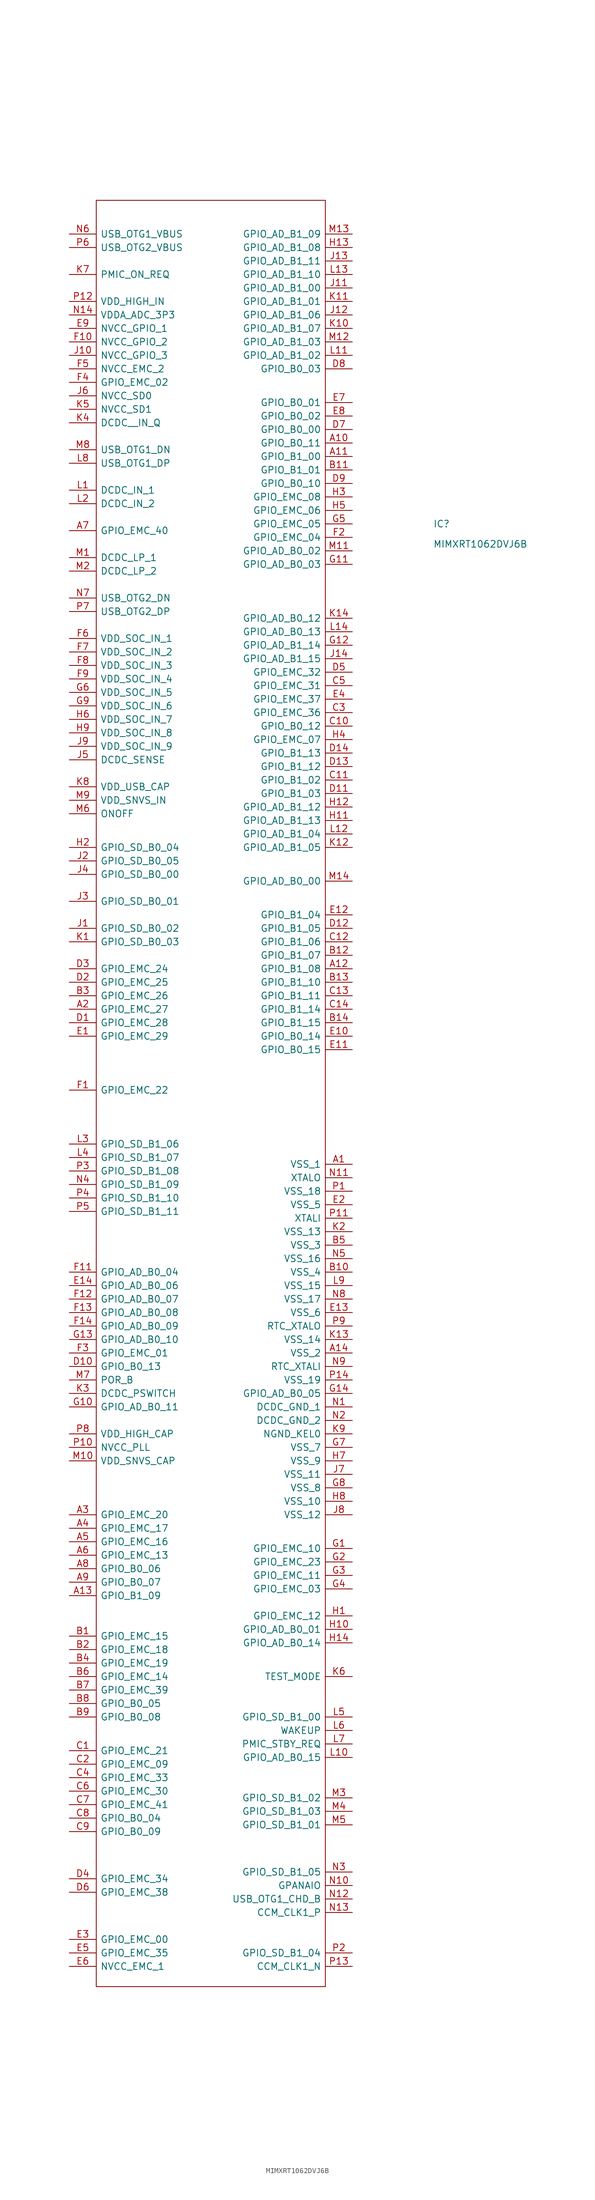
<source format=kicad_sym>
(kicad_symbol_lib
  (version 20231120)
  (generator "kicad_symbol_editor")
  (generator_version "8.0")
  (symbol "MIMXRT1062DVJ6B"
    (pin_names
      (offset 0.762))
    (property "Reference" "IC"
      (at 41.91 62.23 0)
      (effects (font (size 1.27 1.27)) (justify left)))
    (property "Value" "MIMXRT1062DVJ6B"
      (at 41.91 58.42 0)
      (effects (font (size 1.27 1.27)) (justify left)))
    (symbol "MIMXRT1062DVJ6B_0_0"
      (pin passive line (at 26.67 -58.42 180) (length 5.08) (name "VSS_1" (effects (font (size 1.27 1.27)))) (number "A1" (effects (font (size 1.27 1.27)))))
      (pin passive line (at 26.67 77.47 180) (length 5.08) (name "GPIO_B0_11" (effects (font (size 1.27 1.27)))) (number "A10" (effects (font (size 1.27 1.27)))))
      (pin passive line (at 26.67 74.93 180) (length 5.08) (name "GPIO_B1_00" (effects (font (size 1.27 1.27)))) (number "A11" (effects (font (size 1.27 1.27)))))
      (pin passive line (at 26.67 -21.59 180) (length 5.08) (name "GPIO_B1_08" (effects (font (size 1.27 1.27)))) (number "A12" (effects (font (size 1.27 1.27)))))
      (pin passive line (at -26.67 -139.7 0) (length 5.08) (name "GPIO_B1_09" (effects (font (size 1.27 1.27)))) (number "A13" (effects (font (size 1.27 1.27)))))
      (pin passive line (at 26.67 -93.98 180) (length 5.08) (name "VSS_2" (effects (font (size 1.27 1.27)))) (number "A14" (effects (font (size 1.27 1.27)))))
      (pin passive line (at -26.67 -29.21 0) (length 5.08) (name "GPIO_EMC_27" (effects (font (size 1.27 1.27)))) (number "A2" (effects (font (size 1.27 1.27)))))
      (pin passive line (at -26.67 -124.46 0) (length 5.08) (name "GPIO_EMC_20" (effects (font (size 1.27 1.27)))) (number "A3" (effects (font (size 1.27 1.27)))))
      (pin passive line (at -26.67 -127 0) (length 5.08) (name "GPIO_EMC_17" (effects (font (size 1.27 1.27)))) (number "A4" (effects (font (size 1.27 1.27)))))
      (pin passive line (at -26.67 -129.54 0) (length 5.08) (name "GPIO_EMC_16" (effects (font (size 1.27 1.27)))) (number "A5" (effects (font (size 1.27 1.27)))))
      (pin passive line (at -26.67 -132.08 0) (length 5.08) (name "GPIO_EMC_13" (effects (font (size 1.27 1.27)))) (number "A6" (effects (font (size 1.27 1.27)))))
      (pin passive line (at -26.67 60.96 0) (length 5.08) (name "GPIO_EMC_40" (effects (font (size 1.27 1.27)))) (number "A7" (effects (font (size 1.27 1.27)))))
      (pin passive line (at -26.67 -134.62 0) (length 5.08) (name "GPIO_B0_06" (effects (font (size 1.27 1.27)))) (number "A8" (effects (font (size 1.27 1.27)))))
      (pin passive line (at -26.67 -137.16 0) (length 5.08) (name "GPIO_B0_07" (effects (font (size 1.27 1.27)))) (number "A9" (effects (font (size 1.27 1.27)))))
      (pin passive line (at -26.67 -147.32 0) (length 5.08) (name "GPIO_EMC_15" (effects (font (size 1.27 1.27)))) (number "B1" (effects (font (size 1.27 1.27)))))
      (pin passive line (at 26.67 -78.74 180) (length 5.08) (name "VSS_4" (effects (font (size 1.27 1.27)))) (number "B10" (effects (font (size 1.27 1.27)))))
      (pin passive line (at 26.67 72.39 180) (length 5.08) (name "GPIO_B1_01" (effects (font (size 1.27 1.27)))) (number "B11" (effects (font (size 1.27 1.27)))))
      (pin passive line (at 26.67 -19.05 180) (length 5.08) (name "GPIO_B1_07" (effects (font (size 1.27 1.27)))) (number "B12" (effects (font (size 1.27 1.27)))))
      (pin passive line (at 26.67 -24.13 180) (length 5.08) (name "GPIO_B1_10" (effects (font (size 1.27 1.27)))) (number "B13" (effects (font (size 1.27 1.27)))))
      (pin passive line (at 26.67 -31.75 180) (length 5.08) (name "GPIO_B1_15" (effects (font (size 1.27 1.27)))) (number "B14" (effects (font (size 1.27 1.27)))))
      (pin passive line (at -26.67 -149.86 0) (length 5.08) (name "GPIO_EMC_18" (effects (font (size 1.27 1.27)))) (number "B2" (effects (font (size 1.27 1.27)))))
      (pin passive line (at -26.67 -26.67 0) (length 5.08) (name "GPIO_EMC_26" (effects (font (size 1.27 1.27)))) (number "B3" (effects (font (size 1.27 1.27)))))
      (pin passive line (at -26.67 -152.4 0) (length 5.08) (name "GPIO_EMC_19" (effects (font (size 1.27 1.27)))) (number "B4" (effects (font (size 1.27 1.27)))))
      (pin passive line (at 26.67 -73.66 180) (length 5.08) (name "VSS_3" (effects (font (size 1.27 1.27)))) (number "B5" (effects (font (size 1.27 1.27)))))
      (pin passive line (at -26.67 -154.94 0) (length 5.08) (name "GPIO_EMC_14" (effects (font (size 1.27 1.27)))) (number "B6" (effects (font (size 1.27 1.27)))))
      (pin passive line (at -26.67 -157.48 0) (length 5.08) (name "GPIO_EMC_39" (effects (font (size 1.27 1.27)))) (number "B7" (effects (font (size 1.27 1.27)))))
      (pin passive line (at -26.67 -160.02 0) (length 5.08) (name "GPIO_B0_05" (effects (font (size 1.27 1.27)))) (number "B8" (effects (font (size 1.27 1.27)))))
      (pin passive line (at -26.67 -162.56 0) (length 5.08) (name "GPIO_B0_08" (effects (font (size 1.27 1.27)))) (number "B9" (effects (font (size 1.27 1.27)))))
      (pin passive line (at -26.67 -168.91 0) (length 5.08) (name "GPIO_EMC_21" (effects (font (size 1.27 1.27)))) (number "C1" (effects (font (size 1.27 1.27)))))
      (pin passive line (at 26.67 24.13 180) (length 5.08) (name "GPIO_B0_12" (effects (font (size 1.27 1.27)))) (number "C10" (effects (font (size 1.27 1.27)))))
      (pin passive line (at 26.67 13.97 180) (length 5.08) (name "GPIO_B1_02" (effects (font (size 1.27 1.27)))) (number "C11" (effects (font (size 1.27 1.27)))))
      (pin passive line (at 26.67 -16.51 180) (length 5.08) (name "GPIO_B1_06" (effects (font (size 1.27 1.27)))) (number "C12" (effects (font (size 1.27 1.27)))))
      (pin passive line (at 26.67 -26.67 180) (length 5.08) (name "GPIO_B1_11" (effects (font (size 1.27 1.27)))) (number "C13" (effects (font (size 1.27 1.27)))))
      (pin passive line (at 26.67 -29.21 180) (length 5.08) (name "GPIO_B1_14" (effects (font (size 1.27 1.27)))) (number "C14" (effects (font (size 1.27 1.27)))))
      (pin passive line (at -26.67 -171.45 0) (length 5.08) (name "GPIO_EMC_09" (effects (font (size 1.27 1.27)))) (number "C2" (effects (font (size 1.27 1.27)))))
      (pin passive line (at 26.67 26.67 180) (length 5.08) (name "GPIO_EMC_36" (effects (font (size 1.27 1.27)))) (number "C3" (effects (font (size 1.27 1.27)))))
      (pin passive line (at -26.67 -173.99 0) (length 5.08) (name "GPIO_EMC_33" (effects (font (size 1.27 1.27)))) (number "C4" (effects (font (size 1.27 1.27)))))
      (pin passive line (at 26.67 31.75 180) (length 5.08) (name "GPIO_EMC_31" (effects (font (size 1.27 1.27)))) (number "C5" (effects (font (size 1.27 1.27)))))
      (pin passive line (at -26.67 -176.53 0) (length 5.08) (name "GPIO_EMC_30" (effects (font (size 1.27 1.27)))) (number "C6" (effects (font (size 1.27 1.27)))))
      (pin passive line (at -26.67 -179.07 0) (length 5.08) (name "GPIO_EMC_41" (effects (font (size 1.27 1.27)))) (number "C7" (effects (font (size 1.27 1.27)))))
      (pin passive line (at -26.67 -181.61 0) (length 5.08) (name "GPIO_B0_04" (effects (font (size 1.27 1.27)))) (number "C8" (effects (font (size 1.27 1.27)))))
      (pin passive line (at -26.67 -184.15 0) (length 5.08) (name "GPIO_B0_09" (effects (font (size 1.27 1.27)))) (number "C9" (effects (font (size 1.27 1.27)))))
      (pin passive line (at -26.67 -31.75 0) (length 5.08) (name "GPIO_EMC_28" (effects (font (size 1.27 1.27)))) (number "D1" (effects (font (size 1.27 1.27)))))
      (pin passive line (at -26.67 -96.52 0) (length 5.08) (name "GPIO_B0_13" (effects (font (size 1.27 1.27)))) (number "D10" (effects (font (size 1.27 1.27)))))
      (pin passive line (at 26.67 11.43 180) (length 5.08) (name "GPIO_B1_03" (effects (font (size 1.27 1.27)))) (number "D11" (effects (font (size 1.27 1.27)))))
      (pin passive line (at 26.67 -13.97 180) (length 5.08) (name "GPIO_B1_05" (effects (font (size 1.27 1.27)))) (number "D12" (effects (font (size 1.27 1.27)))))
      (pin passive line (at 26.67 16.51 180) (length 5.08) (name "GPIO_B1_12" (effects (font (size 1.27 1.27)))) (number "D13" (effects (font (size 1.27 1.27)))))
      (pin passive line (at 26.67 19.05 180) (length 5.08) (name "GPIO_B1_13" (effects (font (size 1.27 1.27)))) (number "D14" (effects (font (size 1.27 1.27)))))
      (pin passive line (at -26.67 -24.13 0) (length 5.08) (name "GPIO_EMC_25" (effects (font (size 1.27 1.27)))) (number "D2" (effects (font (size 1.27 1.27)))))
      (pin passive line (at -26.67 -21.59 0) (length 5.08) (name "GPIO_EMC_24" (effects (font (size 1.27 1.27)))) (number "D3" (effects (font (size 1.27 1.27)))))
      (pin passive line (at -26.67 -193.04 0) (length 5.08) (name "GPIO_EMC_34" (effects (font (size 1.27 1.27)))) (number "D4" (effects (font (size 1.27 1.27)))))
      (pin passive line (at 26.67 34.29 180) (length 5.08) (name "GPIO_EMC_32" (effects (font (size 1.27 1.27)))) (number "D5" (effects (font (size 1.27 1.27)))))
      (pin passive line (at -26.67 -195.58 0) (length 5.08) (name "GPIO_EMC_38" (effects (font (size 1.27 1.27)))) (number "D6" (effects (font (size 1.27 1.27)))))
      (pin passive line (at 26.67 80.01 180) (length 5.08) (name "GPIO_B0_00" (effects (font (size 1.27 1.27)))) (number "D7" (effects (font (size 1.27 1.27)))))
      (pin passive line (at 26.67 91.44 180) (length 5.08) (name "GPIO_B0_03" (effects (font (size 1.27 1.27)))) (number "D8" (effects (font (size 1.27 1.27)))))
      (pin passive line (at 26.67 69.85 180) (length 5.08) (name "GPIO_B0_10" (effects (font (size 1.27 1.27)))) (number "D9" (effects (font (size 1.27 1.27)))))
      (pin passive line (at -26.67 -34.29 0) (length 5.08) (name "GPIO_EMC_29" (effects (font (size 1.27 1.27)))) (number "E1" (effects (font (size 1.27 1.27)))))
      (pin passive line (at 26.67 -34.29 180) (length 5.08) (name "GPIO_B0_14" (effects (font (size 1.27 1.27)))) (number "E10" (effects (font (size 1.27 1.27)))))
      (pin passive line (at 26.67 -36.83 180) (length 5.08) (name "GPIO_B0_15" (effects (font (size 1.27 1.27)))) (number "E11" (effects (font (size 1.27 1.27)))))
      (pin passive line (at 26.67 -11.43 180) (length 5.08) (name "GPIO_B1_04" (effects (font (size 1.27 1.27)))) (number "E12" (effects (font (size 1.27 1.27)))))
      (pin passive line (at 26.67 -86.36 180) (length 5.08) (name "VSS_6" (effects (font (size 1.27 1.27)))) (number "E13" (effects (font (size 1.27 1.27)))))
      (pin passive line (at -26.67 -81.28 0) (length 5.08) (name "GPIO_AD_B0_06" (effects (font (size 1.27 1.27)))) (number "E14" (effects (font (size 1.27 1.27)))))
      (pin passive line (at 26.67 -66.04 180) (length 5.08) (name "VSS_5" (effects (font (size 1.27 1.27)))) (number "E2" (effects (font (size 1.27 1.27)))))
      (pin passive line (at -26.67 -204.47 0) (length 5.08) (name "GPIO_EMC_00" (effects (font (size 1.27 1.27)))) (number "E3" (effects (font (size 1.27 1.27)))))
      (pin passive line (at 26.67 29.21 180) (length 5.08) (name "GPIO_EMC_37" (effects (font (size 1.27 1.27)))) (number "E4" (effects (font (size 1.27 1.27)))))
      (pin passive line (at -26.67 -207.01 0) (length 5.08) (name "GPIO_EMC_35" (effects (font (size 1.27 1.27)))) (number "E5" (effects (font (size 1.27 1.27)))))
      (pin passive line (at -26.67 -209.55 0) (length 5.08) (name "NVCC_EMC_1" (effects (font (size 1.27 1.27)))) (number "E6" (effects (font (size 1.27 1.27)))))
      (pin passive line (at 26.67 85.09 180) (length 5.08) (name "GPIO_B0_01" (effects (font (size 1.27 1.27)))) (number "E7" (effects (font (size 1.27 1.27)))))
      (pin passive line (at 26.67 82.55 180) (length 5.08) (name "GPIO_B0_02" (effects (font (size 1.27 1.27)))) (number "E8" (effects (font (size 1.27 1.27)))))
      (pin passive line (at -26.67 99.06 0) (length 5.08) (name "NVCC_GPIO_1" (effects (font (size 1.27 1.27)))) (number "E9" (effects (font (size 1.27 1.27)))))
      (pin passive line (at -26.67 -44.45 0) (length 5.08) (name "GPIO_EMC_22" (effects (font (size 1.27 1.27)))) (number "F1" (effects (font (size 1.27 1.27)))))
      (pin passive line (at -26.67 96.52 0) (length 5.08) (name "NVCC_GPIO_2" (effects (font (size 1.27 1.27)))) (number "F10" (effects (font (size 1.27 1.27)))))
      (pin passive line (at -26.67 -78.74 0) (length 5.08) (name "GPIO_AD_B0_04" (effects (font (size 1.27 1.27)))) (number "F11" (effects (font (size 1.27 1.27)))))
      (pin passive line (at -26.67 -83.82 0) (length 5.08) (name "GPIO_AD_B0_07" (effects (font (size 1.27 1.27)))) (number "F12" (effects (font (size 1.27 1.27)))))
      (pin passive line (at -26.67 -86.36 0) (length 5.08) (name "GPIO_AD_B0_08" (effects (font (size 1.27 1.27)))) (number "F13" (effects (font (size 1.27 1.27)))))
      (pin passive line (at -26.67 -88.9 0) (length 5.08) (name "GPIO_AD_B0_09" (effects (font (size 1.27 1.27)))) (number "F14" (effects (font (size 1.27 1.27)))))
      (pin passive line (at 26.67 59.69 180) (length 5.08) (name "GPIO_EMC_04" (effects (font (size 1.27 1.27)))) (number "F2" (effects (font (size 1.27 1.27)))))
      (pin passive line (at -26.67 -93.98 0) (length 5.08) (name "GPIO_EMC_01" (effects (font (size 1.27 1.27)))) (number "F3" (effects (font (size 1.27 1.27)))))
      (pin passive line (at -26.67 88.9 0) (length 5.08) (name "GPIO_EMC_02" (effects (font (size 1.27 1.27)))) (number "F4" (effects (font (size 1.27 1.27)))))
      (pin passive line (at -26.67 91.44 0) (length 5.08) (name "NVCC_EMC_2" (effects (font (size 1.27 1.27)))) (number "F5" (effects (font (size 1.27 1.27)))))
      (pin passive line (at -26.67 40.64 0) (length 5.08) (name "VDD_SOC_IN_1" (effects (font (size 1.27 1.27)))) (number "F6" (effects (font (size 1.27 1.27)))))
      (pin passive line (at -26.67 38.1 0) (length 5.08) (name "VDD_SOC_IN_2" (effects (font (size 1.27 1.27)))) (number "F7" (effects (font (size 1.27 1.27)))))
      (pin passive line (at -26.67 35.56 0) (length 5.08) (name "VDD_SOC_IN_3" (effects (font (size 1.27 1.27)))) (number "F8" (effects (font (size 1.27 1.27)))))
      (pin passive line (at -26.67 33.02 0) (length 5.08) (name "VDD_SOC_IN_4" (effects (font (size 1.27 1.27)))) (number "F9" (effects (font (size 1.27 1.27)))))
      (pin passive line (at 26.67 -130.81 180) (length 5.08) (name "GPIO_EMC_10" (effects (font (size 1.27 1.27)))) (number "G1" (effects (font (size 1.27 1.27)))))
      (pin passive line (at -26.67 -104.14 0) (length 5.08) (name "GPIO_AD_B0_11" (effects (font (size 1.27 1.27)))) (number "G10" (effects (font (size 1.27 1.27)))))
      (pin passive line (at 26.67 54.61 180) (length 5.08) (name "GPIO_AD_B0_03" (effects (font (size 1.27 1.27)))) (number "G11" (effects (font (size 1.27 1.27)))))
      (pin passive line (at 26.67 39.37 180) (length 5.08) (name "GPIO_AD_B1_14" (effects (font (size 1.27 1.27)))) (number "G12" (effects (font (size 1.27 1.27)))))
      (pin passive line (at -26.67 -91.44 0) (length 5.08) (name "GPIO_AD_B0_10" (effects (font (size 1.27 1.27)))) (number "G13" (effects (font (size 1.27 1.27)))))
      (pin passive line (at 26.67 -101.6 180) (length 5.08) (name "GPIO_AD_B0_05" (effects (font (size 1.27 1.27)))) (number "G14" (effects (font (size 1.27 1.27)))))
      (pin passive line (at 26.67 -133.35 180) (length 5.08) (name "GPIO_EMC_23" (effects (font (size 1.27 1.27)))) (number "G2" (effects (font (size 1.27 1.27)))))
      (pin passive line (at 26.67 -135.89 180) (length 5.08) (name "GPIO_EMC_11" (effects (font (size 1.27 1.27)))) (number "G3" (effects (font (size 1.27 1.27)))))
      (pin passive line (at 26.67 -138.43 180) (length 5.08) (name "GPIO_EMC_03" (effects (font (size 1.27 1.27)))) (number "G4" (effects (font (size 1.27 1.27)))))
      (pin passive line (at 26.67 62.23 180) (length 5.08) (name "GPIO_EMC_05" (effects (font (size 1.27 1.27)))) (number "G5" (effects (font (size 1.27 1.27)))))
      (pin passive line (at -26.67 30.48 0) (length 5.08) (name "VDD_SOC_IN_5" (effects (font (size 1.27 1.27)))) (number "G6" (effects (font (size 1.27 1.27)))))
      (pin passive line (at 26.67 -111.76 180) (length 5.08) (name "VSS_7" (effects (font (size 1.27 1.27)))) (number "G7" (effects (font (size 1.27 1.27)))))
      (pin passive line (at 26.67 -119.38 180) (length 5.08) (name "VSS_8" (effects (font (size 1.27 1.27)))) (number "G8" (effects (font (size 1.27 1.27)))))
      (pin passive line (at -26.67 27.94 0) (length 5.08) (name "VDD_SOC_IN_6" (effects (font (size 1.27 1.27)))) (number "G9" (effects (font (size 1.27 1.27)))))
      (pin passive line (at 26.67 -143.51 180) (length 5.08) (name "GPIO_EMC_12" (effects (font (size 1.27 1.27)))) (number "H1" (effects (font (size 1.27 1.27)))))
      (pin passive line (at 26.67 -146.05 180) (length 5.08) (name "GPIO_AD_B0_01" (effects (font (size 1.27 1.27)))) (number "H10" (effects (font (size 1.27 1.27)))))
      (pin passive line (at 26.67 6.35 180) (length 5.08) (name "GPIO_AD_B1_13" (effects (font (size 1.27 1.27)))) (number "H11" (effects (font (size 1.27 1.27)))))
      (pin passive line (at 26.67 8.89 180) (length 5.08) (name "GPIO_AD_B1_12" (effects (font (size 1.27 1.27)))) (number "H12" (effects (font (size 1.27 1.27)))))
      (pin passive line (at 26.67 114.3 180) (length 5.08) (name "GPIO_AD_B1_08" (effects (font (size 1.27 1.27)))) (number "H13" (effects (font (size 1.27 1.27)))))
      (pin passive line (at 26.67 -148.59 180) (length 5.08) (name "GPIO_AD_B0_14" (effects (font (size 1.27 1.27)))) (number "H14" (effects (font (size 1.27 1.27)))))
      (pin passive line (at -26.67 1.27 0) (length 5.08) (name "GPIO_SD_B0_04" (effects (font (size 1.27 1.27)))) (number "H2" (effects (font (size 1.27 1.27)))))
      (pin passive line (at 26.67 67.31 180) (length 5.08) (name "GPIO_EMC_08" (effects (font (size 1.27 1.27)))) (number "H3" (effects (font (size 1.27 1.27)))))
      (pin passive line (at 26.67 21.59 180) (length 5.08) (name "GPIO_EMC_07" (effects (font (size 1.27 1.27)))) (number "H4" (effects (font (size 1.27 1.27)))))
      (pin passive line (at 26.67 64.77 180) (length 5.08) (name "GPIO_EMC_06" (effects (font (size 1.27 1.27)))) (number "H5" (effects (font (size 1.27 1.27)))))
      (pin passive line (at -26.67 25.4 0) (length 5.08) (name "VDD_SOC_IN_7" (effects (font (size 1.27 1.27)))) (number "H6" (effects (font (size 1.27 1.27)))))
      (pin passive line (at 26.67 -114.3 180) (length 5.08) (name "VSS_9" (effects (font (size 1.27 1.27)))) (number "H7" (effects (font (size 1.27 1.27)))))
      (pin passive line (at 26.67 -121.92 180) (length 5.08) (name "VSS_10" (effects (font (size 1.27 1.27)))) (number "H8" (effects (font (size 1.27 1.27)))))
      (pin passive line (at -26.67 22.86 0) (length 5.08) (name "VDD_SOC_IN_8" (effects (font (size 1.27 1.27)))) (number "H9" (effects (font (size 1.27 1.27)))))
      (pin passive line (at -26.67 -13.97 0) (length 5.08) (name "GPIO_SD_B0_02" (effects (font (size 1.27 1.27)))) (number "J1" (effects (font (size 1.27 1.27)))))
      (pin passive line (at -26.67 93.98 0) (length 5.08) (name "NVCC_GPIO_3" (effects (font (size 1.27 1.27)))) (number "J10" (effects (font (size 1.27 1.27)))))
      (pin passive line (at 26.67 106.68 180) (length 5.08) (name "GPIO_AD_B1_00" (effects (font (size 1.27 1.27)))) (number "J11" (effects (font (size 1.27 1.27)))))
      (pin passive line (at 26.67 101.6 180) (length 5.08) (name "GPIO_AD_B1_06" (effects (font (size 1.27 1.27)))) (number "J12" (effects (font (size 1.27 1.27)))))
      (pin passive line (at 26.67 111.76 180) (length 5.08) (name "GPIO_AD_B1_11" (effects (font (size 1.27 1.27)))) (number "J13" (effects (font (size 1.27 1.27)))))
      (pin passive line (at 26.67 36.83 180) (length 5.08) (name "GPIO_AD_B1_15" (effects (font (size 1.27 1.27)))) (number "J14" (effects (font (size 1.27 1.27)))))
      (pin passive line (at -26.67 -1.27 0) (length 5.08) (name "GPIO_SD_B0_05" (effects (font (size 1.27 1.27)))) (number "J2" (effects (font (size 1.27 1.27)))))
      (pin passive line (at -26.67 -8.89 0) (length 5.08) (name "GPIO_SD_B0_01" (effects (font (size 1.27 1.27)))) (number "J3" (effects (font (size 1.27 1.27)))))
      (pin passive line (at -26.67 -3.81 0) (length 5.08) (name "GPIO_SD_B0_00" (effects (font (size 1.27 1.27)))) (number "J4" (effects (font (size 1.27 1.27)))))
      (pin passive line (at -26.67 17.78 0) (length 5.08) (name "DCDC_SENSE" (effects (font (size 1.27 1.27)))) (number "J5" (effects (font (size 1.27 1.27)))))
      (pin passive line (at -26.67 86.36 0) (length 5.08) (name "NVCC_SD0" (effects (font (size 1.27 1.27)))) (number "J6" (effects (font (size 1.27 1.27)))))
      (pin passive line (at 26.67 -116.84 180) (length 5.08) (name "VSS_11" (effects (font (size 1.27 1.27)))) (number "J7" (effects (font (size 1.27 1.27)))))
      (pin passive line (at 26.67 -124.46 180) (length 5.08) (name "VSS_12" (effects (font (size 1.27 1.27)))) (number "J8" (effects (font (size 1.27 1.27)))))
      (pin passive line (at -26.67 20.32 0) (length 5.08) (name "VDD_SOC_IN_9" (effects (font (size 1.27 1.27)))) (number "J9" (effects (font (size 1.27 1.27)))))
      (pin passive line (at -26.67 -16.51 0) (length 5.08) (name "GPIO_SD_B0_03" (effects (font (size 1.27 1.27)))) (number "K1" (effects (font (size 1.27 1.27)))))
      (pin passive line (at 26.67 99.06 180) (length 5.08) (name "GPIO_AD_B1_07" (effects (font (size 1.27 1.27)))) (number "K10" (effects (font (size 1.27 1.27)))))
      (pin passive line (at 26.67 104.14 180) (length 5.08) (name "GPIO_AD_B1_01" (effects (font (size 1.27 1.27)))) (number "K11" (effects (font (size 1.27 1.27)))))
      (pin passive line (at 26.67 1.27 180) (length 5.08) (name "GPIO_AD_B1_05" (effects (font (size 1.27 1.27)))) (number "K12" (effects (font (size 1.27 1.27)))))
      (pin passive line (at 26.67 -91.44 180) (length 5.08) (name "VSS_14" (effects (font (size 1.27 1.27)))) (number "K13" (effects (font (size 1.27 1.27)))))
      (pin passive line (at 26.67 44.45 180) (length 5.08) (name "GPIO_AD_B0_12" (effects (font (size 1.27 1.27)))) (number "K14" (effects (font (size 1.27 1.27)))))
      (pin passive line (at 26.67 -71.12 180) (length 5.08) (name "VSS_13" (effects (font (size 1.27 1.27)))) (number "K2" (effects (font (size 1.27 1.27)))))
      (pin passive line (at -26.67 -101.6 0) (length 5.08) (name "DCDC_PSWITCH" (effects (font (size 1.27 1.27)))) (number "K3" (effects (font (size 1.27 1.27)))))
      (pin passive line (at -26.67 81.28 0) (length 5.08) (name "DCDC__IN_Q" (effects (font (size 1.27 1.27)))) (number "K4" (effects (font (size 1.27 1.27)))))
      (pin passive line (at -26.67 83.82 0) (length 5.08) (name "NVCC_SD1" (effects (font (size 1.27 1.27)))) (number "K5" (effects (font (size 1.27 1.27)))))
      (pin passive line (at 26.67 -154.94 180) (length 5.08) (name "TEST_MODE" (effects (font (size 1.27 1.27)))) (number "K6" (effects (font (size 1.27 1.27)))))
      (pin passive line (at -26.67 109.22 0) (length 5.08) (name "PMIC_ON_REQ" (effects (font (size 1.27 1.27)))) (number "K7" (effects (font (size 1.27 1.27)))))
      (pin passive line (at -26.67 12.7 0) (length 5.08) (name "VDD_USB_CAP" (effects (font (size 1.27 1.27)))) (number "K8" (effects (font (size 1.27 1.27)))))
      (pin passive line (at 26.67 -109.22 180) (length 5.08) (name "NGND_KEL0" (effects (font (size 1.27 1.27)))) (number "K9" (effects (font (size 1.27 1.27)))))
      (pin passive line (at -26.67 68.58 0) (length 5.08) (name "DCDC_IN_1" (effects (font (size 1.27 1.27)))) (number "L1" (effects (font (size 1.27 1.27)))))
      (pin passive line (at 26.67 -170.18 180) (length 5.08) (name "GPIO_AD_B0_15" (effects (font (size 1.27 1.27)))) (number "L10" (effects (font (size 1.27 1.27)))))
      (pin passive line (at 26.67 93.98 180) (length 5.08) (name "GPIO_AD_B1_02" (effects (font (size 1.27 1.27)))) (number "L11" (effects (font (size 1.27 1.27)))))
      (pin passive line (at 26.67 3.81 180) (length 5.08) (name "GPIO_AD_B1_04" (effects (font (size 1.27 1.27)))) (number "L12" (effects (font (size 1.27 1.27)))))
      (pin passive line (at 26.67 109.22 180) (length 5.08) (name "GPIO_AD_B1_10" (effects (font (size 1.27 1.27)))) (number "L13" (effects (font (size 1.27 1.27)))))
      (pin passive line (at 26.67 41.91 180) (length 5.08) (name "GPIO_AD_B0_13" (effects (font (size 1.27 1.27)))) (number "L14" (effects (font (size 1.27 1.27)))))
      (pin passive line (at -26.67 66.04 0) (length 5.08) (name "DCDC_IN_2" (effects (font (size 1.27 1.27)))) (number "L2" (effects (font (size 1.27 1.27)))))
      (pin passive line (at -26.67 -54.61 0) (length 5.08) (name "GPIO_SD_B1_06" (effects (font (size 1.27 1.27)))) (number "L3" (effects (font (size 1.27 1.27)))))
      (pin passive line (at -26.67 -57.15 0) (length 5.08) (name "GPIO_SD_B1_07" (effects (font (size 1.27 1.27)))) (number "L4" (effects (font (size 1.27 1.27)))))
      (pin passive line (at 26.67 -162.56 180) (length 5.08) (name "GPIO_SD_B1_00" (effects (font (size 1.27 1.27)))) (number "L5" (effects (font (size 1.27 1.27)))))
      (pin passive line (at 26.67 -165.1 180) (length 5.08) (name "WAKEUP" (effects (font (size 1.27 1.27)))) (number "L6" (effects (font (size 1.27 1.27)))))
      (pin passive line (at 26.67 -167.64 180) (length 5.08) (name "PMIC_STBY_REQ" (effects (font (size 1.27 1.27)))) (number "L7" (effects (font (size 1.27 1.27)))))
      (pin passive line (at -26.67 73.66 0) (length 5.08) (name "USB_OTG1_DP" (effects (font (size 1.27 1.27)))) (number "L8" (effects (font (size 1.27 1.27)))))
      (pin passive line (at 26.67 -81.28 180) (length 5.08) (name "VSS_15" (effects (font (size 1.27 1.27)))) (number "L9" (effects (font (size 1.27 1.27)))))
      (pin passive line (at -26.67 55.88 0) (length 5.08) (name "DCDC_LP_1" (effects (font (size 1.27 1.27)))) (number "M1" (effects (font (size 1.27 1.27)))))
      (pin passive line (at -26.67 -114.3 0) (length 5.08) (name "VDD_SNVS_CAP" (effects (font (size 1.27 1.27)))) (number "M10" (effects (font (size 1.27 1.27)))))
      (pin passive line (at 26.67 57.15 180) (length 5.08) (name "GPIO_AD_B0_02" (effects (font (size 1.27 1.27)))) (number "M11" (effects (font (size 1.27 1.27)))))
      (pin passive line (at 26.67 96.52 180) (length 5.08) (name "GPIO_AD_B1_03" (effects (font (size 1.27 1.27)))) (number "M12" (effects (font (size 1.27 1.27)))))
      (pin passive line (at 26.67 116.84 180) (length 5.08) (name "GPIO_AD_B1_09" (effects (font (size 1.27 1.27)))) (number "M13" (effects (font (size 1.27 1.27)))))
      (pin passive line (at 26.67 -5.08 180) (length 5.08) (name "GPIO_AD_B0_00" (effects (font (size 1.27 1.27)))) (number "M14" (effects (font (size 1.27 1.27)))))
      (pin passive line (at -26.67 53.34 0) (length 5.08) (name "DCDC_LP_2" (effects (font (size 1.27 1.27)))) (number "M2" (effects (font (size 1.27 1.27)))))
      (pin passive line (at 26.67 -177.8 180) (length 5.08) (name "GPIO_SD_B1_02" (effects (font (size 1.27 1.27)))) (number "M3" (effects (font (size 1.27 1.27)))))
      (pin passive line (at 26.67 -180.34 180) (length 5.08) (name "GPIO_SD_B1_03" (effects (font (size 1.27 1.27)))) (number "M4" (effects (font (size 1.27 1.27)))))
      (pin passive line (at 26.67 -182.88 180) (length 5.08) (name "GPIO_SD_B1_01" (effects (font (size 1.27 1.27)))) (number "M5" (effects (font (size 1.27 1.27)))))
      (pin passive line (at -26.67 7.62 0) (length 5.08) (name "ONOFF" (effects (font (size 1.27 1.27)))) (number "M6" (effects (font (size 1.27 1.27)))))
      (pin passive line (at -26.67 -99.06 0) (length 5.08) (name "POR_B" (effects (font (size 1.27 1.27)))) (number "M7" (effects (font (size 1.27 1.27)))))
      (pin passive line (at -26.67 76.2 0) (length 5.08) (name "USB_OTG1_DN" (effects (font (size 1.27 1.27)))) (number "M8" (effects (font (size 1.27 1.27)))))
      (pin passive line (at -26.67 10.16 0) (length 5.08) (name "VDD_SNVS_IN" (effects (font (size 1.27 1.27)))) (number "M9" (effects (font (size 1.27 1.27)))))
      (pin passive line (at 26.67 -104.14 180) (length 5.08) (name "DCDC_GND_1" (effects (font (size 1.27 1.27)))) (number "N1" (effects (font (size 1.27 1.27)))))
      (pin passive line (at 26.67 -194.31 180) (length 5.08) (name "GPANAIO" (effects (font (size 1.27 1.27)))) (number "N10" (effects (font (size 1.27 1.27)))))
      (pin passive line (at 26.67 -60.96 180) (length 5.08) (name "XTALO" (effects (font (size 1.27 1.27)))) (number "N11" (effects (font (size 1.27 1.27)))))
      (pin passive line (at 26.67 -196.85 180) (length 5.08) (name "USB_OTG1_CHD_B" (effects (font (size 1.27 1.27)))) (number "N12" (effects (font (size 1.27 1.27)))))
      (pin passive line (at 26.67 -199.39 180) (length 5.08) (name "CCM_CLK1_P" (effects (font (size 1.27 1.27)))) (number "N13" (effects (font (size 1.27 1.27)))))
      (pin passive line (at -26.67 101.6 0) (length 5.08) (name "VDDA_ADC_3P3" (effects (font (size 1.27 1.27)))) (number "N14" (effects (font (size 1.27 1.27)))))
      (pin passive line (at 26.67 -106.68 180) (length 5.08) (name "DCDC_GND_2" (effects (font (size 1.27 1.27)))) (number "N2" (effects (font (size 1.27 1.27)))))
      (pin passive line (at 26.67 -191.77 180) (length 5.08) (name "GPIO_SD_B1_05" (effects (font (size 1.27 1.27)))) (number "N3" (effects (font (size 1.27 1.27)))))
      (pin passive line (at -26.67 -62.23 0) (length 5.08) (name "GPIO_SD_B1_09" (effects (font (size 1.27 1.27)))) (number "N4" (effects (font (size 1.27 1.27)))))
      (pin passive line (at 26.67 -76.2 180) (length 5.08) (name "VSS_16" (effects (font (size 1.27 1.27)))) (number "N5" (effects (font (size 1.27 1.27)))))
      (pin passive line (at -26.67 116.84 0) (length 5.08) (name "USB_OTG1_VBUS" (effects (font (size 1.27 1.27)))) (number "N6" (effects (font (size 1.27 1.27)))))
      (pin passive line (at -26.67 48.26 0) (length 5.08) (name "USB_OTG2_DN" (effects (font (size 1.27 1.27)))) (number "N7" (effects (font (size 1.27 1.27)))))
      (pin passive line (at 26.67 -83.82 180) (length 5.08) (name "VSS_17" (effects (font (size 1.27 1.27)))) (number "N8" (effects (font (size 1.27 1.27)))))
      (pin passive line (at 26.67 -96.52 180) (length 5.08) (name "RTC_XTALI" (effects (font (size 1.27 1.27)))) (number "N9" (effects (font (size 1.27 1.27)))))
      (pin passive line (at 26.67 -63.5 180) (length 5.08) (name "VSS_18" (effects (font (size 1.27 1.27)))) (number "P1" (effects (font (size 1.27 1.27)))))
      (pin passive line (at -26.67 -111.76 0) (length 5.08) (name "NVCC_PLL" (effects (font (size 1.27 1.27)))) (number "P10" (effects (font (size 1.27 1.27)))))
      (pin passive line (at 26.67 -68.58 180) (length 5.08) (name "XTALI" (effects (font (size 1.27 1.27)))) (number "P11" (effects (font (size 1.27 1.27)))))
      (pin passive line (at -26.67 104.14 0) (length 5.08) (name "VDD_HIGH_IN" (effects (font (size 1.27 1.27)))) (number "P12" (effects (font (size 1.27 1.27)))))
      (pin passive line (at 26.67 -209.55 180) (length 5.08) (name "CCM_CLK1_N" (effects (font (size 1.27 1.27)))) (number "P13" (effects (font (size 1.27 1.27)))))
      (pin passive line (at 26.67 -99.06 180) (length 5.08) (name "VSS_19" (effects (font (size 1.27 1.27)))) (number "P14" (effects (font (size 1.27 1.27)))))
      (pin passive line (at 26.67 -207.01 180) (length 5.08) (name "GPIO_SD_B1_04" (effects (font (size 1.27 1.27)))) (number "P2" (effects (font (size 1.27 1.27)))))
      (pin passive line (at -26.67 -59.69 0) (length 5.08) (name "GPIO_SD_B1_08" (effects (font (size 1.27 1.27)))) (number "P3" (effects (font (size 1.27 1.27)))))
      (pin passive line (at -26.67 -64.77 0) (length 5.08) (name "GPIO_SD_B1_10" (effects (font (size 1.27 1.27)))) (number "P4" (effects (font (size 1.27 1.27)))))
      (pin passive line (at -26.67 -67.31 0) (length 5.08) (name "GPIO_SD_B1_11" (effects (font (size 1.27 1.27)))) (number "P5" (effects (font (size 1.27 1.27)))))
      (pin passive line (at -26.67 114.3 0) (length 5.08) (name "USB_OTG2_VBUS" (effects (font (size 1.27 1.27)))) (number "P6" (effects (font (size 1.27 1.27)))))
      (pin passive line (at -26.67 45.72 0) (length 5.08) (name "USB_OTG2_DP" (effects (font (size 1.27 1.27)))) (number "P7" (effects (font (size 1.27 1.27)))))
      (pin passive line (at -26.67 -109.22 0) (length 5.08) (name "VDD_HIGH_CAP" (effects (font (size 1.27 1.27)))) (number "P8" (effects (font (size 1.27 1.27)))))
      (pin passive line (at 26.67 -88.9 180) (length 5.08) (name "RTC_XTALO" (effects (font (size 1.27 1.27)))) (number "P9" (effects (font (size 1.27 1.27))))))
    (symbol "MIMXRT1062DVJ6B_0_1"
      (polyline (pts (xy -21.59 123.19) (xy 21.59 123.19) (xy 21.59 -213.36) (xy -21.59 -213.36) (xy -21.59 123.19)) (stroke (width 0.152) (type default)) (fill (type none))))))
</source>
